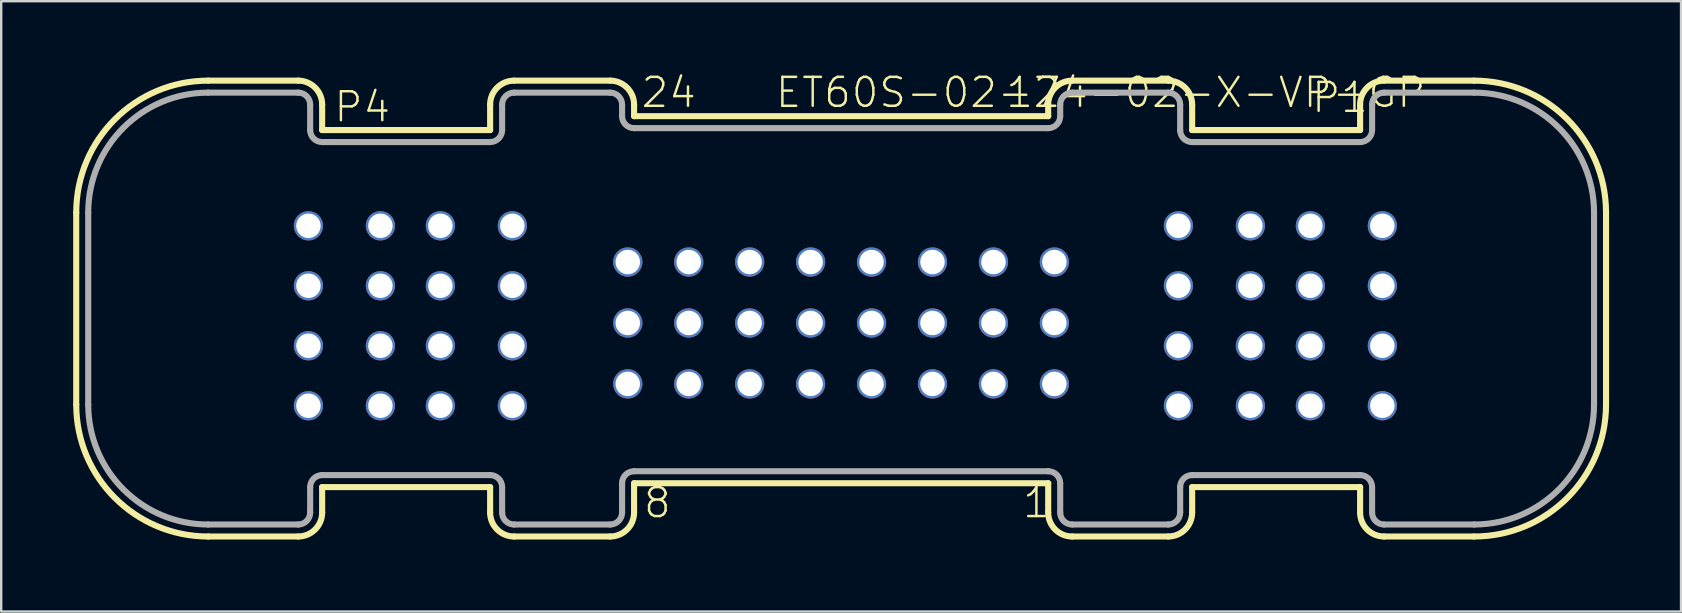
<source format=kicad_pcb>
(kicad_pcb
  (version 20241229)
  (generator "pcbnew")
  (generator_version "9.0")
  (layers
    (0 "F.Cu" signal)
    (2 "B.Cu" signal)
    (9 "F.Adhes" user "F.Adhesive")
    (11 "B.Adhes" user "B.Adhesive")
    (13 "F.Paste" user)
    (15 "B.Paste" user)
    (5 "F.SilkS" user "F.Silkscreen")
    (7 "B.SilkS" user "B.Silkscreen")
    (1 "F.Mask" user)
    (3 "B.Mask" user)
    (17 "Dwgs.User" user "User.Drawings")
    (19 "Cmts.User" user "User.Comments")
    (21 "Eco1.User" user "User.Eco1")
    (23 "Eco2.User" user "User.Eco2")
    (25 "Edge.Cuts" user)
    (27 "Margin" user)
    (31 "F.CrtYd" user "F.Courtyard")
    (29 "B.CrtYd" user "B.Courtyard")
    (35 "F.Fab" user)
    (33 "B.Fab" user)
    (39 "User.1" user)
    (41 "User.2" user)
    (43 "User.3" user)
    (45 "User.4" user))
  (footprint "ET60S-02-24-02-X-VP-GP"
    (layer "F.Cu")
    (at 32.005 10.111)
    (property "Reference" "ET60S-02-24-02-X-VP-GP" (at -2.8 -8.6 0) (layer "F.SilkS") (effects (font (size 1.206 1.206) (thickness 0.102)) (justify left bottom)))
    (attr through_hole)
    (fp_line (start -31.878 3.7) (end -31.878 -4.3) (stroke (width 0.254) (type solid)) (layer "F.SilkS"))
    (fp_line (start -26.378 -9.8) (end -22.628 -9.8) (stroke (width 0.254) (type solid)) (layer "F.SilkS"))
    (fp_line (start -22.628 9.2) (end -26.378 9.2) (stroke (width 0.254) (type solid)) (layer "F.SilkS"))
    (fp_line (start -21.628 -8.8) (end -21.628 -7.74) (stroke (width 0.254) (type solid)) (layer "F.SilkS"))
    (fp_line (start -21.628 -7.74) (end -14.627 -7.74) (stroke (width 0.254) (type solid)) (layer "F.SilkS"))
    (fp_line (start -21.628 7.14) (end -21.628 8.2) (stroke (width 0.254) (type solid)) (layer "F.SilkS"))
    (fp_line (start -14.627 -7.74) (end -14.627 -8.8) (stroke (width 0.254) (type solid)) (layer "F.SilkS"))
    (fp_line (start -14.627 7.14) (end -21.628 7.14) (stroke (width 0.254) (type solid)) (layer "F.SilkS"))
    (fp_line (start -14.627 8.2) (end -14.627 7.14) (stroke (width 0.254) (type solid)) (layer "F.SilkS"))
    (fp_line (start -13.627 -9.8) (end -9.627 -9.8) (stroke (width 0.254) (type solid)) (layer "F.SilkS"))
    (fp_line (start -9.627 9.2) (end -13.627 9.2) (stroke (width 0.254) (type solid)) (layer "F.SilkS"))
    (fp_line (start -8.627 -8.8) (end -8.627 -8.32) (stroke (width 0.254) (type solid)) (layer "F.SilkS"))
    (fp_line (start -8.627 -8.32) (end 8.633 -8.32) (stroke (width 0.254) (type solid)) (layer "F.SilkS"))
    (fp_line (start -8.627 6.98) (end -8.627 8.2) (stroke (width 0.254) (type solid)) (layer "F.SilkS"))
    (fp_line (start 8.633 -8.32) (end 8.633 -8.8) (stroke (width 0.254) (type solid)) (layer "F.SilkS"))
    (fp_line (start 8.633 6.98) (end -8.627 6.98) (stroke (width 0.254) (type solid)) (layer "F.SilkS"))
    (fp_line (start 8.633 8.2) (end 8.633 6.98) (stroke (width 0.254) (type solid)) (layer "F.SilkS"))
    (fp_line (start 9.633 -9.8) (end 13.633 -9.8) (stroke (width 0.254) (type solid)) (layer "F.SilkS"))
    (fp_line (start 13.633 9.2) (end 9.633 9.2) (stroke (width 0.254) (type solid)) (layer "F.SilkS"))
    (fp_line (start 14.633 -8.8) (end 14.633 -7.74) (stroke (width 0.254) (type solid)) (layer "F.SilkS"))
    (fp_line (start 14.633 -7.74) (end 21.633 -7.74) (stroke (width 0.254) (type solid)) (layer "F.SilkS"))
    (fp_line (start 14.633 7.14) (end 14.633 8.2) (stroke (width 0.254) (type solid)) (layer "F.SilkS"))
    (fp_line (start 21.633 -7.74) (end 21.633 -8.8) (stroke (width 0.254) (type solid)) (layer "F.SilkS"))
    (fp_line (start 21.633 7.14) (end 14.633 7.14) (stroke (width 0.254) (type solid)) (layer "F.SilkS"))
    (fp_line (start 21.633 8.2) (end 21.633 7.14) (stroke (width 0.254) (type solid)) (layer "F.SilkS"))
    (fp_line (start 22.633 -9.8) (end 26.383 -9.8) (stroke (width 0.254) (type solid)) (layer "F.SilkS"))
    (fp_line (start 26.383 9.2) (end 22.633 9.2) (stroke (width 0.254) (type solid)) (layer "F.SilkS"))
    (fp_line (start 31.883 -4.3) (end 31.883 3.7) (stroke (width 0.254) (type solid)) (layer "F.SilkS"))
    (fp_arc (start -31.8775 -4.3) (mid -30.266587 -8.189087) (end -26.3775 -9.8) (stroke (width 0.254) (type solid)) (layer "F.SilkS"))
    (fp_arc (start -26.3775 9.2) (mid -30.266587 7.589087) (end -31.8775 3.7) (stroke (width 0.254) (type solid)) (layer "F.SilkS"))
    (fp_arc (start -22.6275 -9.8) (mid -21.920393 -9.507107) (end -21.6275 -8.8) (stroke (width 0.254) (type solid)) (layer "F.SilkS"))
    (fp_arc (start -21.6275 8.2) (mid -21.920393 8.907107) (end -22.6275 9.2) (stroke (width 0.254) (type solid)) (layer "F.SilkS"))
    (fp_arc (start -14.6275 -8.8) (mid -14.334607 -9.507107) (end -13.6275 -9.8) (stroke (width 0.254) (type solid)) (layer "F.SilkS"))
    (fp_arc (start -13.6275 9.2) (mid -14.334607 8.907107) (end -14.6275 8.2) (stroke (width 0.254) (type solid)) (layer "F.SilkS"))
    (fp_arc (start -9.6275 -9.8) (mid -8.920393 -9.507107) (end -8.6275 -8.8) (stroke (width 0.254) (type solid)) (layer "F.SilkS"))
    (fp_arc (start -8.6275 8.2) (mid -8.920393 8.907107) (end -9.6275 9.2) (stroke (width 0.254) (type solid)) (layer "F.SilkS"))
    (fp_arc (start 8.6325 -8.8) (mid 8.925393 -9.507107) (end 9.6325 -9.8) (stroke (width 0.254) (type solid)) (layer "F.SilkS"))
    (fp_arc (start 9.6325 9.2) (mid 8.925393 8.907107) (end 8.6325 8.2) (stroke (width 0.254) (type solid)) (layer "F.SilkS"))
    (fp_arc (start 13.6325 -9.8) (mid 14.339607 -9.507107) (end 14.6325 -8.8) (stroke (width 0.254) (type solid)) (layer "F.SilkS"))
    (fp_arc (start 14.6325 8.2) (mid 14.339607 8.907107) (end 13.6325 9.2) (stroke (width 0.254) (type solid)) (layer "F.SilkS"))
    (fp_arc (start 21.6325 -8.8) (mid 21.925393 -9.507107) (end 22.6325 -9.8) (stroke (width 0.254) (type solid)) (layer "F.SilkS"))
    (fp_arc (start 22.6325 9.2) (mid 21.925393 8.907107) (end 21.6325 8.2) (stroke (width 0.254) (type solid)) (layer "F.SilkS"))
    (fp_arc (start 26.3825 -9.8) (mid 30.271587 -8.189087) (end 31.8825 -4.3) (stroke (width 0.254) (type solid)) (layer "F.SilkS"))
    (fp_arc (start 31.8825 3.7) (mid 30.271587 7.589087) (end 26.3825 9.2) (stroke (width 0.254) (type solid)) (layer "F.SilkS"))
    (fp_line (start -31.378 3.7) (end -31.378 -4.3) (stroke (width 0.254) (type solid)) (layer "F.Fab"))
    (fp_line (start -26.378 -9.3) (end -22.628 -9.3) (stroke (width 0.254) (type solid)) (layer "F.Fab"))
    (fp_line (start -22.628 8.7) (end -26.378 8.7) (stroke (width 0.254) (type solid)) (layer "F.Fab"))
    (fp_line (start -22.128 -8.8) (end -22.128 -7.74) (stroke (width 0.254) (type solid)) (layer "F.Fab"))
    (fp_line (start -22.128 7.14) (end -22.128 8.2) (stroke (width 0.254) (type solid)) (layer "F.Fab"))
    (fp_line (start -21.628 -7.24) (end -14.627 -7.24) (stroke (width 0.254) (type solid)) (layer "F.Fab"))
    (fp_line (start -14.627 6.64) (end -21.628 6.64) (stroke (width 0.254) (type solid)) (layer "F.Fab"))
    (fp_line (start -14.127 -7.74) (end -14.127 -8.8) (stroke (width 0.254) (type solid)) (layer "F.Fab"))
    (fp_line (start -14.127 8.2) (end -14.127 7.14) (stroke (width 0.254) (type solid)) (layer "F.Fab"))
    (fp_line (start -13.627 -9.3) (end -9.627 -9.3) (stroke (width 0.254) (type solid)) (layer "F.Fab"))
    (fp_line (start -9.627 8.7) (end -13.627 8.7) (stroke (width 0.254) (type solid)) (layer "F.Fab"))
    (fp_line (start -9.127 -8.8) (end -9.127 -8.32) (stroke (width 0.254) (type solid)) (layer "F.Fab"))
    (fp_line (start -9.127 6.98) (end -9.127 8.2) (stroke (width 0.254) (type solid)) (layer "F.Fab"))
    (fp_line (start -8.627 -7.82) (end 8.633 -7.82) (stroke (width 0.254) (type solid)) (layer "F.Fab"))
    (fp_line (start 8.633 6.48) (end -8.627 6.48) (stroke (width 0.254) (type solid)) (layer "F.Fab"))
    (fp_line (start 9.133 -8.32) (end 9.133 -8.8) (stroke (width 0.254) (type solid)) (layer "F.Fab"))
    (fp_line (start 9.133 8.2) (end 9.133 6.98) (stroke (width 0.254) (type solid)) (layer "F.Fab"))
    (fp_line (start 9.633 -9.3) (end 13.633 -9.3) (stroke (width 0.254) (type solid)) (layer "F.Fab"))
    (fp_line (start 13.633 8.7) (end 9.633 8.7) (stroke (width 0.254) (type solid)) (layer "F.Fab"))
    (fp_line (start 14.133 -8.8) (end 14.133 -7.74) (stroke (width 0.254) (type solid)) (layer "F.Fab"))
    (fp_line (start 14.133 7.14) (end 14.133 8.2) (stroke (width 0.254) (type solid)) (layer "F.Fab"))
    (fp_line (start 14.633 -7.24) (end 21.633 -7.24) (stroke (width 0.254) (type solid)) (layer "F.Fab"))
    (fp_line (start 21.633 6.64) (end 14.633 6.64) (stroke (width 0.254) (type solid)) (layer "F.Fab"))
    (fp_line (start 22.133 -7.74) (end 22.133 -8.8) (stroke (width 0.254) (type solid)) (layer "F.Fab"))
    (fp_line (start 22.133 8.2) (end 22.133 7.14) (stroke (width 0.254) (type solid)) (layer "F.Fab"))
    (fp_line (start 22.633 -9.3) (end 26.383 -9.3) (stroke (width 0.254) (type solid)) (layer "F.Fab"))
    (fp_line (start 26.383 8.7) (end 22.633 8.7) (stroke (width 0.254) (type solid)) (layer "F.Fab"))
    (fp_line (start 31.383 -4.3) (end 31.383 3.7) (stroke (width 0.254) (type solid)) (layer "F.Fab"))
    (fp_arc (start -31.3775 -4.3) (mid -29.913034 -7.835534) (end -26.3775 -9.3) (stroke (width 0.254) (type solid)) (layer "F.Fab"))
    (fp_arc (start -26.3775 8.7) (mid -29.913035 7.235534) (end -31.377501 3.699999) (stroke (width 0.254) (type solid)) (layer "F.Fab"))
    (fp_arc (start -22.6275 -9.3) (mid -22.273947 -9.153553) (end -22.1275 -8.8) (stroke (width 0.254) (type solid)) (layer "F.Fab"))
    (fp_arc (start -22.1275 7.14) (mid -21.981053 6.786447) (end -21.6275 6.64) (stroke (width 0.254) (type solid)) (layer "F.Fab"))
    (fp_arc (start -22.1275 8.2) (mid -22.273947 8.553553) (end -22.6275 8.7) (stroke (width 0.254) (type solid)) (layer "F.Fab"))
    (fp_arc (start -21.6275 -7.24) (mid -21.981053 -7.386447) (end -22.1275 -7.74) (stroke (width 0.254) (type solid)) (layer "F.Fab"))
    (fp_arc (start -14.6275 6.64) (mid -14.273947 6.786447) (end -14.1275 7.14) (stroke (width 0.254) (type solid)) (layer "F.Fab"))
    (fp_arc (start -14.1275 -8.8) (mid -13.981053 -9.153553) (end -13.6275 -9.3) (stroke (width 0.254) (type solid)) (layer "F.Fab"))
    (fp_arc (start -14.1275 -7.74) (mid -14.273947 -7.386447) (end -14.6275 -7.24) (stroke (width 0.254) (type solid)) (layer "F.Fab"))
    (fp_arc (start -13.6275 8.7) (mid -13.981053 8.553553) (end -14.1275 8.2) (stroke (width 0.254) (type solid)) (layer "F.Fab"))
    (fp_arc (start -9.6275 -9.3) (mid -9.273947 -9.153553) (end -9.1275 -8.8) (stroke (width 0.254) (type solid)) (layer "F.Fab"))
    (fp_arc (start -9.1275 6.98) (mid -8.981053 6.626447) (end -8.6275 6.48) (stroke (width 0.254) (type solid)) (layer "F.Fab"))
    (fp_arc (start -9.1275 8.2) (mid -9.273947 8.553553) (end -9.6275 8.7) (stroke (width 0.254) (type solid)) (layer "F.Fab"))
    (fp_arc (start -8.6275 -7.82) (mid -8.981053 -7.966447) (end -9.1275 -8.32) (stroke (width 0.254) (type solid)) (layer "F.Fab"))
    (fp_arc (start 8.6325 6.48) (mid 8.986053 6.626447) (end 9.1325 6.98) (stroke (width 0.254) (type solid)) (layer "F.Fab"))
    (fp_arc (start 9.1325 -8.8) (mid 9.278947 -9.153553) (end 9.6325 -9.3) (stroke (width 0.254) (type solid)) (layer "F.Fab"))
    (fp_arc (start 9.1325 -8.32) (mid 8.986053 -7.966447) (end 8.6325 -7.82) (stroke (width 0.254) (type solid)) (layer "F.Fab"))
    (fp_arc (start 9.6325 8.7) (mid 9.278947 8.553553) (end 9.1325 8.2) (stroke (width 0.254) (type solid)) (layer "F.Fab"))
    (fp_arc (start 13.6325 -9.3) (mid 13.986053 -9.153553) (end 14.1325 -8.8) (stroke (width 0.254) (type solid)) (layer "F.Fab"))
    (fp_arc (start 14.1325 7.14) (mid 14.278947 6.786447) (end 14.6325 6.64) (stroke (width 0.254) (type solid)) (layer "F.Fab"))
    (fp_arc (start 14.1325 8.2) (mid 13.986053 8.553553) (end 13.6325 8.7) (stroke (width 0.254) (type solid)) (layer "F.Fab"))
    (fp_arc (start 14.6325 -7.24) (mid 14.278947 -7.386447) (end 14.1325 -7.74) (stroke (width 0.254) (type solid)) (layer "F.Fab"))
    (fp_arc (start 21.6325 6.64) (mid 21.986053 6.786447) (end 22.1325 7.14) (stroke (width 0.254) (type solid)) (layer "F.Fab"))
    (fp_arc (start 22.1325 -8.8) (mid 22.278947 -9.153553) (end 22.6325 -9.3) (stroke (width 0.254) (type solid)) (layer "F.Fab"))
    (fp_arc (start 22.1325 -7.74) (mid 21.986053 -7.386447) (end 21.6325 -7.24) (stroke (width 0.254) (type solid)) (layer "F.Fab"))
    (fp_arc (start 22.6325 8.7) (mid 22.278947 8.553553) (end 22.1325 8.2) (stroke (width 0.254) (type solid)) (layer "F.Fab"))
    (fp_arc (start 26.3825 -9.3) (mid 29.918034 -7.835534) (end 31.3825 -4.3) (stroke (width 0.254) (type solid)) (layer "F.Fab"))
    (fp_arc (start 31.3825 3.7) (mid 29.918033 7.235534) (end 26.382499 8.699999) (stroke (width 0.254) (type solid)) (layer "F.Fab"))
    (fp_text user "24" (at -8.4 -8.6 0) (layer "F.SilkS") (effects (font (size 1.206 1.206) (thickness 0.102)) (justify left bottom)))
    (fp_text user "17" (at 6.8 -8.6 0) (layer "F.SilkS") (effects (font (size 1.206 1.206) (thickness 0.102)) (justify left bottom)))
    (fp_text user "8" (at -8.3 8.5 0) (layer "F.SilkS") (effects (font (size 1.206 1.206) (thickness 0.102)) (justify left bottom)))
    (fp_text user "P4" (at -21.2 -8 0) (layer "F.SilkS") (effects (font (size 1.206 1.206) (thickness 0.102)) (justify left bottom)))
    (fp_text user "P1" (at 19.55 -8.39 0) (layer "F.SilkS") (effects (font (size 1.206 1.206) (thickness 0.102)) (justify left bottom)))
    (fp_text user "1" (at 7.5 8.5 0) (layer "F.SilkS") (effects (font (size 1.206 1.206) (thickness 0.102)) (justify left bottom)))
    (pad "1" thru_hole circle (at 8.89 2.84) (size 1.22 1.22) (drill 1.02) (layers "*.Cu" "*.Mask"))
    (pad "2" thru_hole circle (at 6.35 2.84) (size 1.22 1.22) (drill 1.02) (layers "*.Cu" "*.Mask"))
    (pad "3" thru_hole circle (at 3.81 2.84) (size 1.22 1.22) (drill 1.02) (layers "*.Cu" "*.Mask"))
    (pad "4" thru_hole circle (at 1.27 2.84) (size 1.22 1.22) (drill 1.02) (layers "*.Cu" "*.Mask"))
    (pad "5" thru_hole circle (at -1.27 2.84) (size 1.22 1.22) (drill 1.02) (layers "*.Cu" "*.Mask"))
    (pad "6" thru_hole circle (at -3.81 2.84) (size 1.22 1.22) (drill 1.02) (layers "*.Cu" "*.Mask"))
    (pad "7" thru_hole circle (at -6.35 2.84) (size 1.22 1.22) (drill 1.02) (layers "*.Cu" "*.Mask"))
    (pad "8" thru_hole circle (at -8.89 2.84) (size 1.22 1.22) (drill 1.02) (layers "*.Cu" "*.Mask"))
    (pad "9" thru_hole circle (at 8.89 0.3) (size 1.22 1.22) (drill 1.02) (layers "*.Cu" "*.Mask"))
    (pad "10" thru_hole circle (at 6.35 0.3) (size 1.22 1.22) (drill 1.02) (layers "*.Cu" "*.Mask"))
    (pad "11" thru_hole circle (at 3.81 0.3) (size 1.22 1.22) (drill 1.02) (layers "*.Cu" "*.Mask"))
    (pad "12" thru_hole circle (at 1.27 0.3) (size 1.22 1.22) (drill 1.02) (layers "*.Cu" "*.Mask"))
    (pad "13" thru_hole circle (at -1.27 0.3) (size 1.22 1.22) (drill 1.02) (layers "*.Cu" "*.Mask"))
    (pad "14" thru_hole circle (at -3.81 0.3) (size 1.22 1.22) (drill 1.02) (layers "*.Cu" "*.Mask"))
    (pad "15" thru_hole circle (at -6.35 0.3) (size 1.22 1.22) (drill 1.02) (layers "*.Cu" "*.Mask"))
    (pad "16" thru_hole circle (at -8.89 0.3) (size 1.22 1.22) (drill 1.02) (layers "*.Cu" "*.Mask"))
    (pad "17" thru_hole circle (at 8.89 -2.24) (size 1.22 1.22) (drill 1.02) (layers "*.Cu" "*.Mask"))
    (pad "18" thru_hole circle (at 6.35 -2.24) (size 1.22 1.22) (drill 1.02) (layers "*.Cu" "*.Mask"))
    (pad "19" thru_hole circle (at 3.81 -2.24) (size 1.22 1.22) (drill 1.02) (layers "*.Cu" "*.Mask"))
    (pad "20" thru_hole circle (at 1.27 -2.24) (size 1.22 1.22) (drill 1.02) (layers "*.Cu" "*.Mask"))
    (pad "21" thru_hole circle (at -1.27 -2.24) (size 1.22 1.22) (drill 1.02) (layers "*.Cu" "*.Mask"))
    (pad "22" thru_hole circle (at -3.81 -2.24) (size 1.22 1.22) (drill 1.02) (layers "*.Cu" "*.Mask"))
    (pad "23" thru_hole circle (at -6.35 -2.24) (size 1.22 1.22) (drill 1.02) (layers "*.Cu" "*.Mask"))
    (pad "24" thru_hole circle (at -8.89 -2.24) (size 1.22 1.22) (drill 1.02) (layers "*.Cu" "*.Mask"))
    (pad "P1-1" thru_hole circle (at 22.56 3.75) (size 1.22 1.22) (drill 1.02) (layers "*.Cu" "*.Mask"))
    (pad "P1-2" thru_hole circle (at 22.56 1.25) (size 1.22 1.22) (drill 1.02) (layers "*.Cu" "*.Mask"))
    (pad "P1-3" thru_hole circle (at 22.56 -1.25) (size 1.22 1.22) (drill 1.02) (layers "*.Cu" "*.Mask"))
    (pad "P1-4" thru_hole circle (at 22.56 -3.75) (size 1.22 1.22) (drill 1.02) (layers "*.Cu" "*.Mask"))
    (pad "P1-5" thru_hole circle (at 19.56 3.75) (size 1.22 1.22) (drill 1.02) (layers "*.Cu" "*.Mask"))
    (pad "P1-6" thru_hole circle (at 19.56 1.25) (size 1.22 1.22) (drill 1.02) (layers "*.Cu" "*.Mask"))
    (pad "P1-7" thru_hole circle (at 19.56 -1.25) (size 1.22 1.22) (drill 1.02) (layers "*.Cu" "*.Mask"))
    (pad "P1-8" thru_hole circle (at 19.56 -3.75) (size 1.22 1.22) (drill 1.02) (layers "*.Cu" "*.Mask"))
    (pad "P2-1" thru_hole circle (at 17.06 3.75) (size 1.22 1.22) (drill 1.02) (layers "*.Cu" "*.Mask"))
    (pad "P2-2" thru_hole circle (at 17.06 1.25) (size 1.22 1.22) (drill 1.02) (layers "*.Cu" "*.Mask"))
    (pad "P2-3" thru_hole circle (at 17.06 -1.25) (size 1.22 1.22) (drill 1.02) (layers "*.Cu" "*.Mask"))
    (pad "P2-4" thru_hole circle (at 17.06 -3.75) (size 1.22 1.22) (drill 1.02) (layers "*.Cu" "*.Mask"))
    (pad "P2-5" thru_hole circle (at 14.06 3.75) (size 1.22 1.22) (drill 1.02) (layers "*.Cu" "*.Mask"))
    (pad "P2-6" thru_hole circle (at 14.06 1.25) (size 1.22 1.22) (drill 1.02) (layers "*.Cu" "*.Mask"))
    (pad "P2-7" thru_hole circle (at 14.06 -1.25) (size 1.22 1.22) (drill 1.02) (layers "*.Cu" "*.Mask"))
    (pad "P2-8" thru_hole circle (at 14.06 -3.75) (size 1.22 1.22) (drill 1.02) (layers "*.Cu" "*.Mask"))
    (pad "P3-1" thru_hole circle (at -13.7 3.75) (size 1.22 1.22) (drill 1.02) (layers "*.Cu" "*.Mask"))
    (pad "P3-2" thru_hole circle (at -13.7 1.25) (size 1.22 1.22) (drill 1.02) (layers "*.Cu" "*.Mask"))
    (pad "P3-3" thru_hole circle (at -13.7 -1.25) (size 1.22 1.22) (drill 1.02) (layers "*.Cu" "*.Mask"))
    (pad "P3-4" thru_hole circle (at -13.7 -3.75) (size 1.22 1.22) (drill 1.02) (layers "*.Cu" "*.Mask"))
    (pad "P3-5" thru_hole circle (at -16.7 3.75) (size 1.22 1.22) (drill 1.02) (layers "*.Cu" "*.Mask"))
    (pad "P3-6" thru_hole circle (at -16.7 1.25) (size 1.22 1.22) (drill 1.02) (layers "*.Cu" "*.Mask"))
    (pad "P3-7" thru_hole circle (at -16.7 -1.25) (size 1.22 1.22) (drill 1.02) (layers "*.Cu" "*.Mask"))
    (pad "P3-8" thru_hole circle (at -16.7 -3.75) (size 1.22 1.22) (drill 1.02) (layers "*.Cu" "*.Mask"))
    (pad "P4-1" thru_hole circle (at -19.2 3.75) (size 1.22 1.22) (drill 1.02) (layers "*.Cu" "*.Mask"))
    (pad "P4-2" thru_hole circle (at -19.2 1.25) (size 1.22 1.22) (drill 1.02) (layers "*.Cu" "*.Mask"))
    (pad "P4-3" thru_hole circle (at -19.2 -1.25) (size 1.22 1.22) (drill 1.02) (layers "*.Cu" "*.Mask"))
    (pad "P4-4" thru_hole circle (at -19.2 -3.75) (size 1.22 1.22) (drill 1.02) (layers "*.Cu" "*.Mask"))
    (pad "P4-5" thru_hole circle (at -22.2 3.75) (size 1.22 1.22) (drill 1.02) (layers "*.Cu" "*.Mask"))
    (pad "P4-6" thru_hole circle (at -22.2 1.25) (size 1.22 1.22) (drill 1.02) (layers "*.Cu" "*.Mask"))
    (pad "P4-7" thru_hole circle (at -22.2 -1.25) (size 1.22 1.22) (drill 1.02) (layers "*.Cu" "*.Mask"))
    (pad "P4-8" thru_hole circle (at -22.2 -3.75) (size 1.22 1.22) (drill 1.02) (layers "*.Cu" "*.Mask")))
  (gr_rect
    (start -3 -3)
    (end 67.014 22.438)
    (stroke (width 0.1) (type default))
    (fill no)
    (layer "Edge.Cuts")))
</source>
